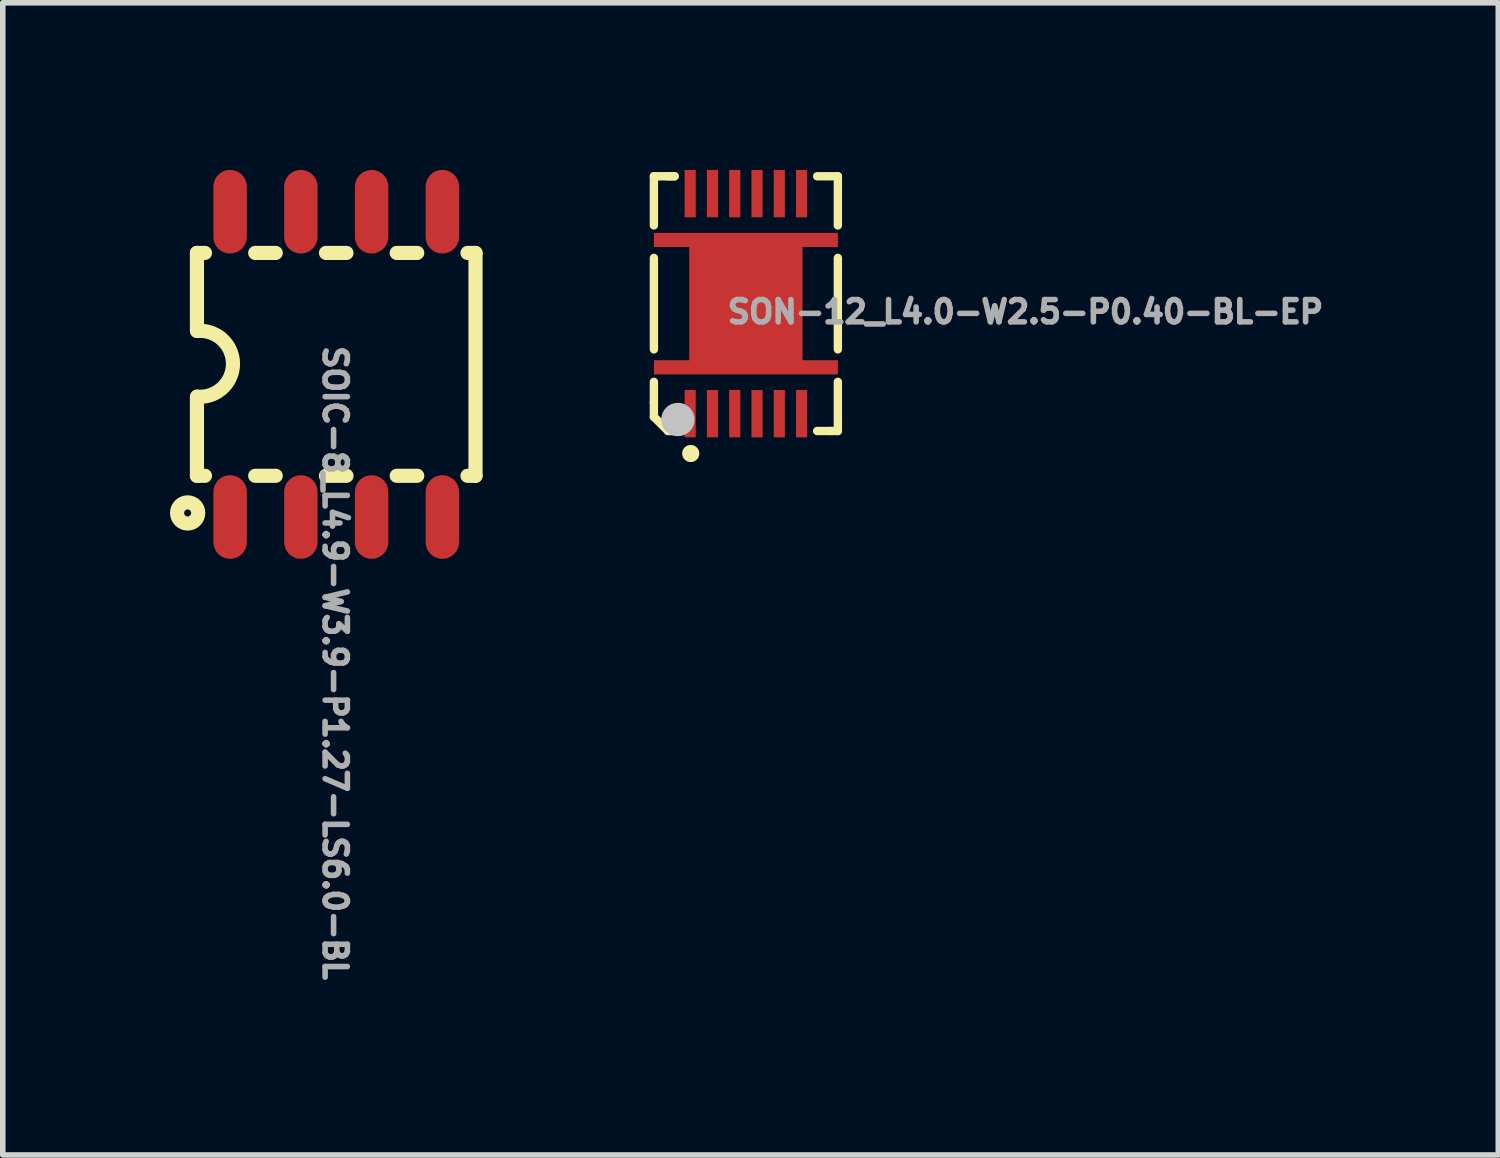
<source format=kicad_pcb>
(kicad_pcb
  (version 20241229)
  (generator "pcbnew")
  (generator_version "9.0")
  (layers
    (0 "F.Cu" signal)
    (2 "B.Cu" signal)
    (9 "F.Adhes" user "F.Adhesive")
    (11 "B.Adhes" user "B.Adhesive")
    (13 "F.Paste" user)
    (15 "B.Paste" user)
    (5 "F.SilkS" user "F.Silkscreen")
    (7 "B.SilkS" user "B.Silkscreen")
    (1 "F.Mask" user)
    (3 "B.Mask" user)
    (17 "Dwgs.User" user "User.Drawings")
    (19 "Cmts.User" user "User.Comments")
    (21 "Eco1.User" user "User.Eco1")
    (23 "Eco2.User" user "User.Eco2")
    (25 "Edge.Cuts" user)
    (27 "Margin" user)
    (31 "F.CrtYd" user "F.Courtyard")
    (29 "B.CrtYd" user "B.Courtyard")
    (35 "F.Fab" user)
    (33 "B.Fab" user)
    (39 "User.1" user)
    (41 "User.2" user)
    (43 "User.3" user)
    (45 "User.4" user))
  (footprint "SOIC-8_L4.9-W3.9-P1.27-LS6.0-BL"
    (layer "F.Cu")
    (at 2.985 3.49)
    (property "Reference" "SOIC-8_L4.9-W3.9-P1.27-LS6.0-BL" (at -0.254 -0.381 270) (unlocked yes) (layer "F.Fab") (effects (font (size 0.4 0.4) (thickness 0.1)) (justify left bottom)))
    (fp_line (start -2.5 -2) (end -2.5 -0.6) (stroke (width 0.254) (type default)) (layer "F.SilkS"))
    (fp_line (start -2.5 -2) (end -2.356 -2) (stroke (width 0.254) (type default)) (layer "F.SilkS"))
    (fp_line (start -2.5 0.58) (end -2.5 2) (stroke (width 0.254) (type default)) (layer "F.SilkS"))
    (fp_line (start -2.5 2) (end -2.356 2) (stroke (width 0.254) (type default)) (layer "F.SilkS"))
    (fp_line (start -1.454 -2) (end -1.086 -2) (stroke (width 0.254) (type default)) (layer "F.SilkS"))
    (fp_line (start -1.454 2) (end -1.086 2) (stroke (width 0.254) (type default)) (layer "F.SilkS"))
    (fp_line (start -0.184 -2) (end 0.184 -2) (stroke (width 0.254) (type default)) (layer "F.SilkS"))
    (fp_line (start -0.184 2) (end 0.184 2) (stroke (width 0.254) (type default)) (layer "F.SilkS"))
    (fp_line (start 1.086 -2) (end 1.454 -2) (stroke (width 0.254) (type default)) (layer "F.SilkS"))
    (fp_line (start 1.086 2) (end 1.454 2) (stroke (width 0.254) (type default)) (layer "F.SilkS"))
    (fp_line (start 2.356 -2) (end 2.5 -2) (stroke (width 0.254) (type default)) (layer "F.SilkS"))
    (fp_line (start 2.356 2) (end 2.5 2) (stroke (width 0.254) (type default)) (layer "F.SilkS"))
    (fp_line (start 2.5 -2) (end 2.5 2) (stroke (width 0.254) (type default)) (layer "F.SilkS"))
    (fp_arc (start -2.49 -0.6) (mid -1.853609 -0.01) (end -2.49 0.58) (stroke (width 0.254) (type default)) (layer "F.SilkS"))
    (fp_circle (center -2.667 2.667) (end -2.667 2.857) (stroke (width 0.254) (type default)) (fill no) (layer "F.SilkS"))
    (pad "1" smd oval (at -1.905 2.74 180) (size 0.6 1.5) (layers "F.Cu" "F.Mask" "F.Paste"))
    (pad "2" smd oval (at -0.635 2.74 180) (size 0.6 1.5) (layers "F.Cu" "F.Mask" "F.Paste"))
    (pad "3" smd oval (at 0.635 2.74 180) (size 0.6 1.5) (layers "F.Cu" "F.Mask" "F.Paste"))
    (pad "4" smd oval (at 1.905 2.74 180) (size 0.6 1.5) (layers "F.Cu" "F.Mask" "F.Paste"))
    (pad "5" smd oval (at 1.905 -2.74 180) (size 0.6 1.5) (layers "F.Cu" "F.Mask" "F.Paste"))
    (pad "6" smd oval (at 0.635 -2.74 180) (size 0.6 1.5) (layers "F.Cu" "F.Mask" "F.Paste"))
    (pad "7" smd oval (at -0.635 -2.74 180) (size 0.6 1.5) (layers "F.Cu" "F.Mask" "F.Paste"))
    (pad "8" smd oval (at -1.905 -2.74 180) (size 0.6 1.5) (layers "F.Cu" "F.Mask" "F.Paste")))
  (footprint "SON-12_L4.0-W2.5-P0.40-BL-EP"
    (layer "F.Cu")
    (at 10.338 2.4)
    (property "Reference" "SON-12_L4.0-W2.5-P0.40-BL-EP" (at -0.381 0.381 0) (unlocked yes) (layer "F.Fab") (effects (font (size 0.4 0.4) (thickness 0.1)) (justify left bottom)))
    (fp_line (start -1.651 -2.286) (end -1.651 -1.404) (stroke (width 0.15) (type default)) (layer "F.SilkS"))
    (fp_line (start -1.651 -0.821) (end -1.651 0.821) (stroke (width 0.15) (type default)) (layer "F.SilkS"))
    (fp_line (start -1.651 1.404) (end -1.651 1.778) (stroke (width 0.15) (type default)) (layer "F.SilkS"))
    (fp_line (start -1.651 1.778) (end -1.651 2.032) (stroke (width 0.15) (type default)) (layer "F.SilkS"))
    (fp_line (start -1.651 2.032) (end -1.397 2.286) (stroke (width 0.15) (type default)) (layer "F.SilkS"))
    (fp_line (start -1.397 2.286) (end -1.279 2.286) (stroke (width 0.15) (type default)) (layer "F.SilkS"))
    (fp_line (start -1.279 -2.286) (end -1.651 -2.286) (stroke (width 0.15) (type default)) (layer "F.SilkS"))
    (fp_line (start -1.279 -2.286) (end -1.397 -2.286) (stroke (width 0.15) (type default)) (layer "F.SilkS"))
    (fp_line (start 1.279 2.286) (end 1.524 2.286) (stroke (width 0.15) (type default)) (layer "F.SilkS"))
    (fp_line (start 1.524 2.286) (end 1.651 2.286) (stroke (width 0.15) (type default)) (layer "F.SilkS"))
    (fp_line (start 1.651 -2.286) (end 1.279 -2.286) (stroke (width 0.15) (type default)) (layer "F.SilkS"))
    (fp_line (start 1.651 0.821) (end 1.651 -0.821) (stroke (width 0.15) (type default)) (layer "F.SilkS"))
    (fp_line (start 1.651 2.286) (end 1.651 1.404) (stroke (width 0.15) (type default)) (layer "F.SilkS"))
    (fp_line (start 1.651 -1.404) (end 1.651 -2.286) (stroke (width 0.15) (type default)) (layer "F.SilkS"))
    (fp_circle (center -0.99 2.69) (end -0.911 2.69) (stroke (width 0.15) (type default)) (fill no) (layer "F.SilkS"))
    (fp_circle (center -1.22 2.08) (end -1.07 2.08) (stroke (width 0.3) (type default)) (fill no) (layer "Dwgs.User"))
    (pad "1" smd rect (at -1 1.975) (size 0.2 0.85) (layers "F.Cu" "F.Mask" "F.Paste"))
    (pad "2" smd rect (at -0.6 1.975) (size 0.2 0.85) (layers "F.Cu" "F.Mask" "F.Paste"))
    (pad "3" smd rect (at -0.2 1.975) (size 0.2 0.85) (layers "F.Cu" "F.Mask" "F.Paste"))
    (pad "4" smd rect (at 0.2 1.975) (size 0.2 0.85) (layers "F.Cu" "F.Mask" "F.Paste"))
    (pad "5" smd rect (at 0.6 1.975) (size 0.2 0.85) (layers "F.Cu" "F.Mask" "F.Paste"))
    (pad "6" smd rect (at 1 1.975) (size 0.2 0.85) (layers "F.Cu" "F.Mask" "F.Paste"))
    (pad "7" smd rect (at 1 -1.975) (size 0.2 0.85) (layers "F.Cu" "F.Mask" "F.Paste"))
    (pad "8" smd rect (at 0.6 -1.975) (size 0.2 0.85) (layers "F.Cu" "F.Mask" "F.Paste"))
    (pad "9" smd rect (at 0.2 -1.975) (size 0.2 0.85) (layers "F.Cu" "F.Mask" "F.Paste"))
    (pad "10" smd rect (at -0.2 -1.975) (size 0.2 0.85) (layers "F.Cu" "F.Mask" "F.Paste"))
    (pad "11" smd rect (at -0.6 -1.975) (size 0.2 0.85) (layers "F.Cu" "F.Mask" "F.Paste"))
    (pad "12" smd rect (at -1 -1.975) (size 0.2 0.85) (layers "F.Cu" "F.Mask" "F.Paste"))
    (pad "13" smd custom (at 0.0003 0.0001) (size 0.000001 0.000001) (layers "F.Cu" "F.Mask" "F.Paste") (options (anchor circle)) (primitives (gr_poly (pts (xy -1.651 -1.27) (xy 1.651 -1.27) (xy 1.651 -1.016) (xy 1.016 -1.016) (xy 1.016 1.016) (xy 1.651 1.016) (xy 1.651 1.27) (xy -1.651 1.27) (xy -1.651 1.016) (xy -1.016 1.016) (xy -1.016 -1.016) (xy -1.651 -1.016)) (width 0) (fill yes)))))
  (gr_rect
    (start -3 -3)
    (end 23.843 17.681)
    (stroke (width 0.1) (type default))
    (fill no)
    (layer "Edge.Cuts")))
</source>
